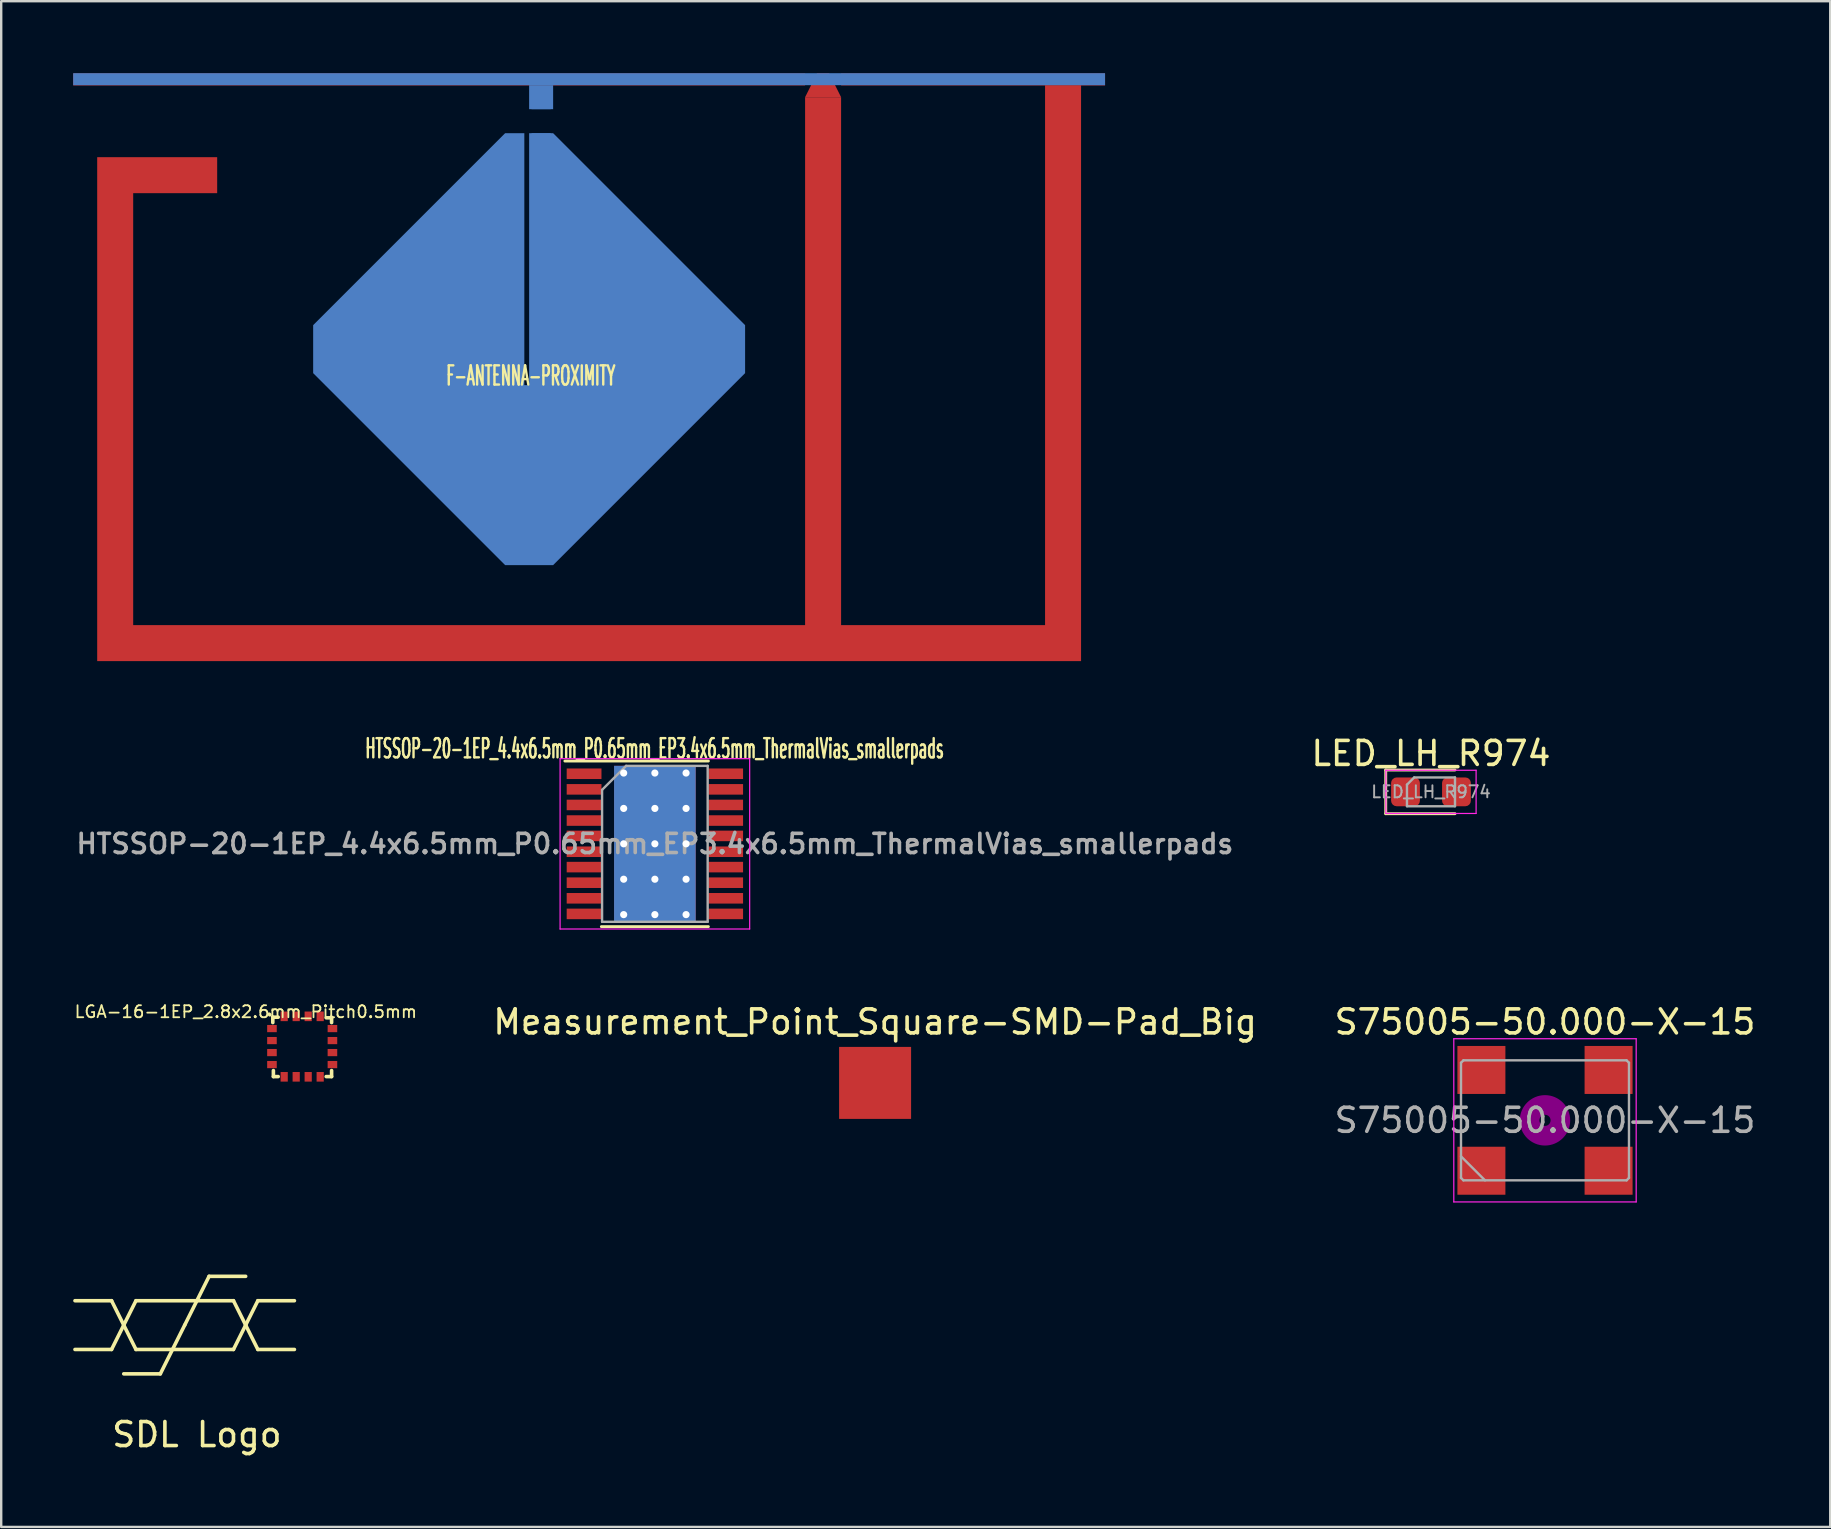
<source format=kicad_pcb>
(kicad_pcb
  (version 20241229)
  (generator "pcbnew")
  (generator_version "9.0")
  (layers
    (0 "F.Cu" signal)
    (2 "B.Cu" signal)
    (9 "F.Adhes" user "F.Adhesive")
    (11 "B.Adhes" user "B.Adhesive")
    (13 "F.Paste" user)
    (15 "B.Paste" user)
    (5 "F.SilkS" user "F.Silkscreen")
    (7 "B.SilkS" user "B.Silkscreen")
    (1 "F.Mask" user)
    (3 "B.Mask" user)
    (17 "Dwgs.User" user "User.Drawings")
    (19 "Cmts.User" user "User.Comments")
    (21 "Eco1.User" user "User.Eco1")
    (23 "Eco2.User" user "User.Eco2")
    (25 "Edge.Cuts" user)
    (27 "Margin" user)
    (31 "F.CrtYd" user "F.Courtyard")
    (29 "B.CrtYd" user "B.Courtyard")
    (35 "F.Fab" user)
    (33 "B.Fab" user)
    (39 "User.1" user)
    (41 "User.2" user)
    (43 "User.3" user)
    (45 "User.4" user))
  (footprint "Measurement_Point_Square-SMD-Pad_Big"
    (layer "F.Cu")
    (at 33.417 42.077)
    (property "Reference" "Measurement_Point_Square-SMD-Pad_Big" (at 0 -2.54 0) (layer "F.SilkS") (effects (font (size 1 1) (thickness 0.15))))
    (attr through_hole)
    (pad "1" smd rect (at 0 0) (size 3 3) (layers "F.Cu" "F.Mask" "F.Paste")))
  (footprint "HTSSOP-20-1EP_4.4x6.5mm_P0.65mm_EP3.4x6.5mm_ThermalVias_smallerpads"
    (layer "F.Cu")
    (at 24.24 32.114)
    (property "Reference" "HTSSOP-20-1EP_4.4x6.5mm_P0.65mm_EP3.4x6.5mm_ThermalVias_smallerpads" (at -0.01 -3.97 0) (layer "F.SilkS") (effects (font (size 0.8 0.4) (thickness 0.1))))
    (attr smd)
    (fp_line (start -3.75 -3.45) (end 2.23 -3.45) (stroke (width 0.12) (type solid)) (layer "F.SilkS"))
    (fp_line (start -2.23 3.45) (end 2.23 3.45) (stroke (width 0.12) (type solid)) (layer "F.SilkS"))
    (fp_line (start -3.95 -3.55) (end -3.95 3.55) (stroke (width 0.05) (type solid)) (layer "F.CrtYd"))
    (fp_line (start -3.95 -3.55) (end 3.95 -3.55) (stroke (width 0.05) (type solid)) (layer "F.CrtYd"))
    (fp_line (start -3.95 3.55) (end 3.95 3.55) (stroke (width 0.05) (type solid)) (layer "F.CrtYd"))
    (fp_line (start 3.95 -3.55) (end 3.95 3.55) (stroke (width 0.05) (type solid)) (layer "F.CrtYd"))
    (fp_line (start -2.2 -2.25) (end -1.2 -3.25) (stroke (width 0.1) (type solid)) (layer "F.Fab"))
    (fp_line (start -2.2 3.25) (end -2.2 -2.25) (stroke (width 0.1) (type solid)) (layer "F.Fab"))
    (fp_line (start -1.2 -3.25) (end 2.2 -3.25) (stroke (width 0.1) (type solid)) (layer "F.Fab"))
    (fp_line (start 2.2 -3.25) (end 2.2 3.25) (stroke (width 0.1) (type solid)) (layer "F.Fab"))
    (fp_line (start 2.2 3.25) (end -2.2 3.25) (stroke (width 0.1) (type solid)) (layer "F.Fab"))
    (fp_text user "${REFERENCE}" (at 0 0 0) (layer "F.Fab") (effects (font (size 0.8 0.8) (thickness 0.15))))
    (pad "" smd rect (at -0.85 -2.212) (size 1.4 1.075) (layers "F.Paste"))
    (pad "" smd rect (at -0.85 -0.738) (size 1.4 1.075) (layers "F.Paste"))
    (pad "" smd rect (at -0.85 0.738) (size 1.4 1.075) (layers "F.Paste"))
    (pad "" smd rect (at -0.85 2.212) (size 1.4 1.075) (layers "F.Paste"))
    (pad "" smd rect (at 0.85 -2.212) (size 1.4 1.075) (layers "F.Paste"))
    (pad "" smd rect (at 0.85 -0.738) (size 1.4 1.075) (layers "F.Paste"))
    (pad "" smd rect (at 0.85 0.738) (size 1.4 1.075) (layers "F.Paste"))
    (pad "" smd rect (at 0.85 2.212) (size 1.4 1.075) (layers "F.Paste"))
    (pad "1" smd rect (at -2.95 -2.92) (size 1.45 0.44) (layers "F.Cu" "F.Mask" "F.Paste"))
    (pad "2" smd rect (at -2.95 -2.27) (size 1.45 0.44) (layers "F.Cu" "F.Mask" "F.Paste"))
    (pad "3" smd rect (at -2.95 -1.62) (size 1.45 0.44) (layers "F.Cu" "F.Mask" "F.Paste"))
    (pad "4" smd rect (at -2.95 -0.97) (size 1.45 0.44) (layers "F.Cu" "F.Mask" "F.Paste"))
    (pad "5" smd rect (at -2.95 -0.33) (size 1.45 0.44) (layers "F.Cu" "F.Mask" "F.Paste"))
    (pad "6" smd rect (at -2.95 0.33) (size 1.45 0.44) (layers "F.Cu" "F.Mask" "F.Paste"))
    (pad "7" smd rect (at -2.95 0.97) (size 1.45 0.44) (layers "F.Cu" "F.Mask" "F.Paste"))
    (pad "8" smd rect (at -2.95 1.62) (size 1.45 0.44) (layers "F.Cu" "F.Mask" "F.Paste"))
    (pad "9" smd rect (at -2.95 2.27) (size 1.45 0.44) (layers "F.Cu" "F.Mask" "F.Paste"))
    (pad "10" smd rect (at -2.95 2.92) (size 1.45 0.44) (layers "F.Cu" "F.Mask" "F.Paste"))
    (pad "11" smd rect (at 2.95 2.92) (size 1.45 0.44) (layers "F.Cu" "F.Mask" "F.Paste"))
    (pad "12" smd rect (at 2.95 2.27) (size 1.45 0.44) (layers "F.Cu" "F.Mask" "F.Paste"))
    (pad "13" smd rect (at 2.95 1.62) (size 1.45 0.44) (layers "F.Cu" "F.Mask" "F.Paste"))
    (pad "14" smd rect (at 2.95 0.97) (size 1.45 0.44) (layers "F.Cu" "F.Mask" "F.Paste"))
    (pad "15" smd rect (at 2.95 0.33) (size 1.45 0.44) (layers "F.Cu" "F.Mask" "F.Paste"))
    (pad "16" smd rect (at 2.95 -0.33) (size 1.45 0.44) (layers "F.Cu" "F.Mask" "F.Paste"))
    (pad "17" smd rect (at 2.95 -0.97) (size 1.45 0.44) (layers "F.Cu" "F.Mask" "F.Paste"))
    (pad "18" smd rect (at 2.95 -1.62) (size 1.45 0.44) (layers "F.Cu" "F.Mask" "F.Paste"))
    (pad "19" smd rect (at 2.95 -2.27) (size 1.45 0.44) (layers "F.Cu" "F.Mask" "F.Paste"))
    (pad "20" smd rect (at 2.95 -2.92) (size 1.45 0.44) (layers "F.Cu" "F.Mask" "F.Paste"))
    (pad "21" thru_hole circle (at -1.3 -2.95) (size 0.6 0.6) (drill 0.3) (layers "*.Cu"))
    (pad "21" thru_hole circle (at -1.3 -1.475) (size 0.6 0.6) (drill 0.3) (layers "*.Cu"))
    (pad "21" thru_hole circle (at -1.3 0) (size 0.6 0.6) (drill 0.3) (layers "*.Cu"))
    (pad "21" thru_hole circle (at -1.3 1.475) (size 0.6 0.6) (drill 0.3) (layers "*.Cu"))
    (pad "21" thru_hole circle (at -1.3 2.95) (size 0.6 0.6) (drill 0.3) (layers "*.Cu"))
    (pad "21" thru_hole circle (at 0 -2.95) (size 0.6 0.6) (drill 0.3) (layers "*.Cu"))
    (pad "21" thru_hole circle (at 0 -1.475) (size 0.6 0.6) (drill 0.3) (layers "*.Cu"))
    (pad "21" thru_hole circle (at 0 0) (size 0.6 0.6) (drill 0.3) (layers "*.Cu"))
    (pad "21" smd rect (at 0 0) (size 3.4 6.5) (layers "F.Cu" "F.Mask"))
    (pad "21" smd rect (at 0 0) (size 3.4 6.5) (layers "B.Cu"))
    (pad "21" thru_hole circle (at 0 1.475) (size 0.6 0.6) (drill 0.3) (layers "*.Cu"))
    (pad "21" thru_hole circle (at 0 2.95) (size 0.6 0.6) (drill 0.3) (layers "*.Cu"))
    (pad "21" thru_hole circle (at 1.3 -2.95) (size 0.6 0.6) (drill 0.3) (layers "*.Cu"))
    (pad "21" thru_hole circle (at 1.3 -1.475) (size 0.6 0.6) (drill 0.3) (layers "*.Cu"))
    (pad "21" thru_hole circle (at 1.3 0) (size 0.6 0.6) (drill 0.3) (layers "*.Cu"))
    (pad "21" thru_hole circle (at 1.3 1.475) (size 0.6 0.6) (drill 0.3) (layers "*.Cu"))
    (pad "21" thru_hole circle (at 1.3 2.95) (size 0.6 0.6) (drill 0.3) (layers "*.Cu")))
  (footprint "S75005-50.000-X-15"
    (layer "F.Cu")
    (at 61.333 43.637)
    (property "Reference" "S75005-50.000-X-15" (at 0 -4.1 0) (layer "F.SilkS") (effects (font (size 1 1) (thickness 0.15))))
    (attr smd)
    (fp_circle (center 0 0) (end 0.233 0) (stroke (width 0.467) (type solid)) (fill no) (layer "F.Adhes"))
    (fp_circle (center 0 0) (end 0.533 0) (stroke (width 0.333) (type solid)) (fill no) (layer "F.Adhes"))
    (fp_circle (center 0 0) (end 0.833 0) (stroke (width 0.333) (type solid)) (fill no) (layer "F.Adhes"))
    (fp_circle (center 0 0) (end 1 0) (stroke (width 0.1) (type solid)) (fill no) (layer "F.Adhes"))
    (fp_line (start -3.8 -3.4) (end -3.8 3.4) (stroke (width 0.05) (type solid)) (layer "F.CrtYd"))
    (fp_line (start -3.8 3.4) (end 3.8 3.4) (stroke (width 0.05) (type solid)) (layer "F.CrtYd"))
    (fp_line (start 3.8 -3.4) (end -3.8 -3.4) (stroke (width 0.05) (type solid)) (layer "F.CrtYd"))
    (fp_line (start 3.8 3.4) (end 3.8 -3.4) (stroke (width 0.05) (type solid)) (layer "F.CrtYd"))
    (fp_line (start -3.5 -2.4) (end -3.4 -2.5) (stroke (width 0.1) (type solid)) (layer "F.Fab"))
    (fp_line (start -3.5 1.5) (end -2.5 2.5) (stroke (width 0.1) (type solid)) (layer "F.Fab"))
    (fp_line (start -3.5 2.4) (end -3.5 -2.4) (stroke (width 0.1) (type solid)) (layer "F.Fab"))
    (fp_line (start -3.4 -2.5) (end 3.4 -2.5) (stroke (width 0.1) (type solid)) (layer "F.Fab"))
    (fp_line (start -3.4 2.5) (end -3.5 2.4) (stroke (width 0.1) (type solid)) (layer "F.Fab"))
    (fp_line (start 3.4 -2.5) (end 3.5 -2.4) (stroke (width 0.1) (type solid)) (layer "F.Fab"))
    (fp_line (start 3.4 2.5) (end -3.4 2.5) (stroke (width 0.1) (type solid)) (layer "F.Fab"))
    (fp_line (start 3.5 -2.4) (end 3.5 2.4) (stroke (width 0.1) (type solid)) (layer "F.Fab"))
    (fp_line (start 3.5 2.4) (end 3.4 2.5) (stroke (width 0.1) (type solid)) (layer "F.Fab"))
    (fp_text user "${REFERENCE}" (at 0 0 0) (layer "F.Fab") (effects (font (size 1 1) (thickness 0.15))))
    (pad "1" smd rect (at -2.65 2.1) (size 2 2) (layers "F.Cu" "F.Mask" "F.Paste"))
    (pad "2" smd rect (at 2.65 2.1) (size 2 2) (layers "F.Cu" "F.Mask" "F.Paste"))
    (pad "3" smd rect (at 2.65 -2.1) (size 2 2) (layers "F.Cu" "F.Mask" "F.Paste"))
    (pad "4" smd rect (at -2.65 -2.1) (size 2 2) (layers "F.Cu" "F.Mask" "F.Paste")))
  (footprint "LED_LH_R974"
    (layer "F.Cu")
    (at 56.582 29.948)
    (property "Reference" "LED_LH_R974" (at 0 -1.6 0) (layer "F.SilkS") (effects (font (size 1 1) (thickness 0.15))))
    (attr smd)
    (fp_line (start -1.885 -0.91) (end -1.885 0.91) (stroke (width 0.12) (type solid)) (layer "F.SilkS"))
    (fp_line (start -1.885 0.91) (end 1 0.91) (stroke (width 0.12) (type solid)) (layer "F.SilkS"))
    (fp_line (start 1 -0.91) (end -1.885 -0.91) (stroke (width 0.12) (type solid)) (layer "F.SilkS"))
    (fp_line (start -1.88 -0.9) (end 1.88 -0.9) (stroke (width 0.05) (type solid)) (layer "F.CrtYd"))
    (fp_line (start -1.88 0.9) (end -1.88 -0.9) (stroke (width 0.05) (type solid)) (layer "F.CrtYd"))
    (fp_line (start 1.88 -0.9) (end 1.88 0.9) (stroke (width 0.05) (type solid)) (layer "F.CrtYd"))
    (fp_line (start 1.88 0.9) (end -1.88 0.9) (stroke (width 0.05) (type solid)) (layer "F.CrtYd"))
    (fp_line (start -1 -0.3) (end -1 0.6) (stroke (width 0.1) (type solid)) (layer "F.Fab"))
    (fp_line (start -1 0.6) (end 1 0.6) (stroke (width 0.1) (type solid)) (layer "F.Fab"))
    (fp_line (start -0.7 -0.6) (end -1 -0.3) (stroke (width 0.1) (type solid)) (layer "F.Fab"))
    (fp_line (start 1 -0.6) (end -0.7 -0.6) (stroke (width 0.1) (type solid)) (layer "F.Fab"))
    (fp_line (start 1 0.6) (end 1 -0.6) (stroke (width 0.1) (type solid)) (layer "F.Fab"))
    (fp_text user "${REFERENCE}" (at 0 0 0) (layer "F.Fab") (effects (font (size 0.5 0.5) (thickness 0.08))))
    (pad "1" smd roundrect (at -1.062 0) (size 1.2 1.2) (layers "F.Cu" "F.Mask" "F.Paste") (roundrect_rratio 0.192))
    (pad "2" smd roundrect (at 1.062 0) (size 1.2 1.2) (layers "F.Cu" "F.Mask" "F.Paste") (roundrect_rratio 0.192)))
  (footprint "F-ANTENNA-PROXIMITY"
    (layer "F.Cu")
    (at 6 5)
    (property "Reference" "F-ANTENNA-PROXIMITY" (at 13.07 7.61 0) (layer "F.SilkS") (effects (font (size 0.8 0.4) (thickness 0.1))))
    (attr through_hole)
    (fp_poly (pts (xy -5 -1.5) (xy 0 -1.5) (xy 0 0) (xy -3.5 0) (xy -3.5 9.75) (xy -3.5 18) (xy 6 18) (xy 24.5 18) (xy 24.5 -4) (xy 26 -4) (xy 26 18) (xy 34.5 18) (xy 34.5 -4.5) (xy 36 -4.5) (xy 36 19.5) (xy -3.5 19.5) (xy -5 19.5)) (stroke (width 0) (type solid)) (fill yes) (layer "F.Cu"))
    (fp_poly (pts (xy 14 -4.5) (xy 14 -3.5) (xy 13 -3.5) (xy 13 -4.5)) (stroke (width 0) (type solid)) (fill yes) (layer "B.Cu"))
    (fp_poly (pts (xy 12 -2.5) (xy 12.8 -2.5) (xy 12.8 8) (xy 13 8) (xy 13 -2.5) (xy 14 -2.5) (xy 22 5.5) (xy 22 7.5) (xy 14 15.5) (xy 12 15.5) (xy 4 7.5) (xy 4 5.5)) (stroke (width 0) (type solid)) (fill yes) (layer "B.Cu"))
    (pad "1" smd trapezoid (at 25.25 -4.5) (size 1 1) (rect_delta 0 0.5) (layers "F.Cu"))
    (pad "2" smd rect (at 9.25 -4.74) (size 30.5 0.5) (layers "F.Cu"))
    (pad "2" smd rect (at 15.5 -4.75) (size 43 0.5) (layers "B.Cu"))
    (pad "2" smd rect (at 31.5 -4.74) (size 11 0.5) (layers "F.Cu"))
    (pad "3" smd rect (at 13.5 -2.1) (size 0.8 0.8) (layers "B.Cu" "B.Mask" "B.Paste"))
    (pad "4" smd rect (at 13.5 -3.9) (size 0.8 0.8) (layers "B.Cu" "B.Mask" "B.Paste")))
  (footprint "LGA-16-1EP_2.8x2.6mm_Pitch0.5mm"
    (layer "F.Cu")
    (at 9.543 40.563)
    (property "Reference" "LGA-16-1EP_2.8x2.6mm_Pitch0.5mm" (at -2.35 -1.45 180) (layer "F.SilkS") (effects (font (size 0.5 0.5) (thickness 0.075))))
    (attr smd)
    (fp_line (start -1.375 -1.35) (end -1.35 -1.325) (stroke (width 0.15) (type solid)) (layer "F.SilkS"))
    (fp_line (start -1.225 -1.225) (end -1.225 -1) (stroke (width 0.15) (type solid)) (layer "F.SilkS"))
    (fp_line (start -1.2 1) (end -1.2 1.25) (stroke (width 0.15) (type solid)) (layer "F.SilkS"))
    (fp_line (start -1.2 1.25) (end -1 1.25) (stroke (width 0.15) (type solid)) (layer "F.SilkS"))
    (fp_line (start -1 -1.225) (end -1.225 -1.225) (stroke (width 0.15) (type solid)) (layer "F.SilkS"))
    (fp_line (start 1 -1.2) (end 1.225 -1.2) (stroke (width 0.15) (type solid)) (layer "F.SilkS"))
    (fp_line (start 1.225 -1.2) (end 1.225 -1) (stroke (width 0.15) (type solid)) (layer "F.SilkS"))
    (fp_line (start 1.225 1) (end 1.225 1.25) (stroke (width 0.15) (type solid)) (layer "F.SilkS"))
    (fp_line (start 1.225 1.25) (end 1 1.25) (stroke (width 0.15) (type solid)) (layer "F.SilkS"))
    (pad "1" smd rect (at -1.26 -0.75) (size 0.4 0.3) (layers "F.Cu" "F.Mask" "F.Paste"))
    (pad "2" smd rect (at -1.26 -0.25) (size 0.4 0.3) (layers "F.Cu" "F.Mask" "F.Paste"))
    (pad "3" smd rect (at -1.26 0.25) (size 0.4 0.3) (layers "F.Cu" "F.Mask" "F.Paste"))
    (pad "4" smd rect (at -1.26 0.75) (size 0.4 0.3) (layers "F.Cu" "F.Mask" "F.Paste"))
    (pad "5" smd rect (at -0.75 1.26 90) (size 0.4 0.3) (layers "F.Cu" "F.Mask" "F.Paste"))
    (pad "6" smd rect (at -0.25 1.26 90) (size 0.4 0.3) (layers "F.Cu" "F.Mask" "F.Paste"))
    (pad "7" smd rect (at 0.25 1.26 90) (size 0.4 0.3) (layers "F.Cu" "F.Mask" "F.Paste"))
    (pad "8" smd rect (at 0.75 1.26 90) (size 0.4 0.3) (layers "F.Cu" "F.Mask" "F.Paste"))
    (pad "9" smd rect (at 1.26 0.75) (size 0.4 0.3) (layers "F.Cu" "F.Mask" "F.Paste"))
    (pad "10" smd rect (at 1.26 0.25) (size 0.4 0.3) (layers "F.Cu" "F.Mask" "F.Paste"))
    (pad "11" smd rect (at 1.26 -0.25) (size 0.4 0.3) (layers "F.Cu" "F.Mask" "F.Paste"))
    (pad "12" smd rect (at 1.26 -0.75) (size 0.4 0.3) (layers "F.Cu" "F.Mask" "F.Paste"))
    (pad "13" smd rect (at 0.75 -1.26 90) (size 0.4 0.3) (layers "F.Cu" "F.Mask" "F.Paste"))
    (pad "14" smd rect (at 0.25 -1.26 90) (size 0.4 0.3) (layers "F.Cu" "F.Mask" "F.Paste"))
    (pad "15" smd rect (at -0.75 -1.26 90) (size 0.4 0.3) (layers "F.Cu" "F.Mask" "F.Paste"))
    (pad "16" smd rect (at -0.25 -1.26 90) (size 0.4 0.3) (layers "F.Cu" "F.Mask" "F.Paste")))
  (footprint "SDL Logo"
    (layer "F.Cu")
    (at 5.155 56.233)
    (property "Reference" "SDL Logo" (at 0 0.5 0) (layer "F.SilkS") (effects (font (size 1 1) (thickness 0.15))))
    (attr through_hole)
    (fp_line (start -3.556 -5.08) (end -5.08 -5.08) (stroke (width 0.15) (type solid)) (layer "F.SilkS"))
    (fp_line (start -3.556 -3.048) (end -5.08 -3.048) (stroke (width 0.15) (type solid)) (layer "F.SilkS"))
    (fp_line (start -3.048 -4.064) (end -3.556 -5.08) (stroke (width 0.15) (type solid)) (layer "F.SilkS"))
    (fp_line (start -3.048 -4.064) (end -3.556 -3.048) (stroke (width 0.15) (type solid)) (layer "F.SilkS"))
    (fp_line (start -3.048 -4.064) (end -2.54 -5.08) (stroke (width 0.15) (type solid)) (layer "F.SilkS"))
    (fp_line (start -2.54 -5.08) (end 1.524 -5.08) (stroke (width 0.15) (type solid)) (layer "F.SilkS"))
    (fp_line (start -2.54 -3.048) (end -3.048 -4.064) (stroke (width 0.15) (type solid)) (layer "F.SilkS"))
    (fp_line (start -1.524 -2.032) (end -3.048 -2.032) (stroke (width 0.15) (type solid)) (layer "F.SilkS"))
    (fp_line (start -0.508 -4.064) (end -1.524 -2.032) (stroke (width 0.15) (type solid)) (layer "F.SilkS"))
    (fp_line (start -0.508 -4.064) (end 0.508 -6.096) (stroke (width 0.15) (type solid)) (layer "F.SilkS"))
    (fp_line (start 0.508 -6.096) (end 2.032 -6.096) (stroke (width 0.15) (type solid)) (layer "F.SilkS"))
    (fp_line (start 1.524 -5.08) (end 2.032 -4.064) (stroke (width 0.15) (type solid)) (layer "F.SilkS"))
    (fp_line (start 1.524 -3.048) (end -2.54 -3.048) (stroke (width 0.15) (type solid)) (layer "F.SilkS"))
    (fp_line (start 2.032 -4.064) (end 1.524 -3.048) (stroke (width 0.15) (type solid)) (layer "F.SilkS"))
    (fp_line (start 2.032 -4.064) (end 2.54 -5.08) (stroke (width 0.15) (type solid)) (layer "F.SilkS"))
    (fp_line (start 2.032 -4.064) (end 2.54 -3.048) (stroke (width 0.15) (type solid)) (layer "F.SilkS"))
    (fp_line (start 2.54 -5.08) (end 4.064 -5.08) (stroke (width 0.15) (type solid)) (layer "F.SilkS"))
    (fp_line (start 2.54 -3.048) (end 4.064 -3.048) (stroke (width 0.15) (type solid)) (layer "F.SilkS")))
  (gr_rect
    (start -3 -3)
    (end 73.22 60.581)
    (stroke (width 0.1) (type default))
    (fill no)
    (layer "Edge.Cuts")))
</source>
